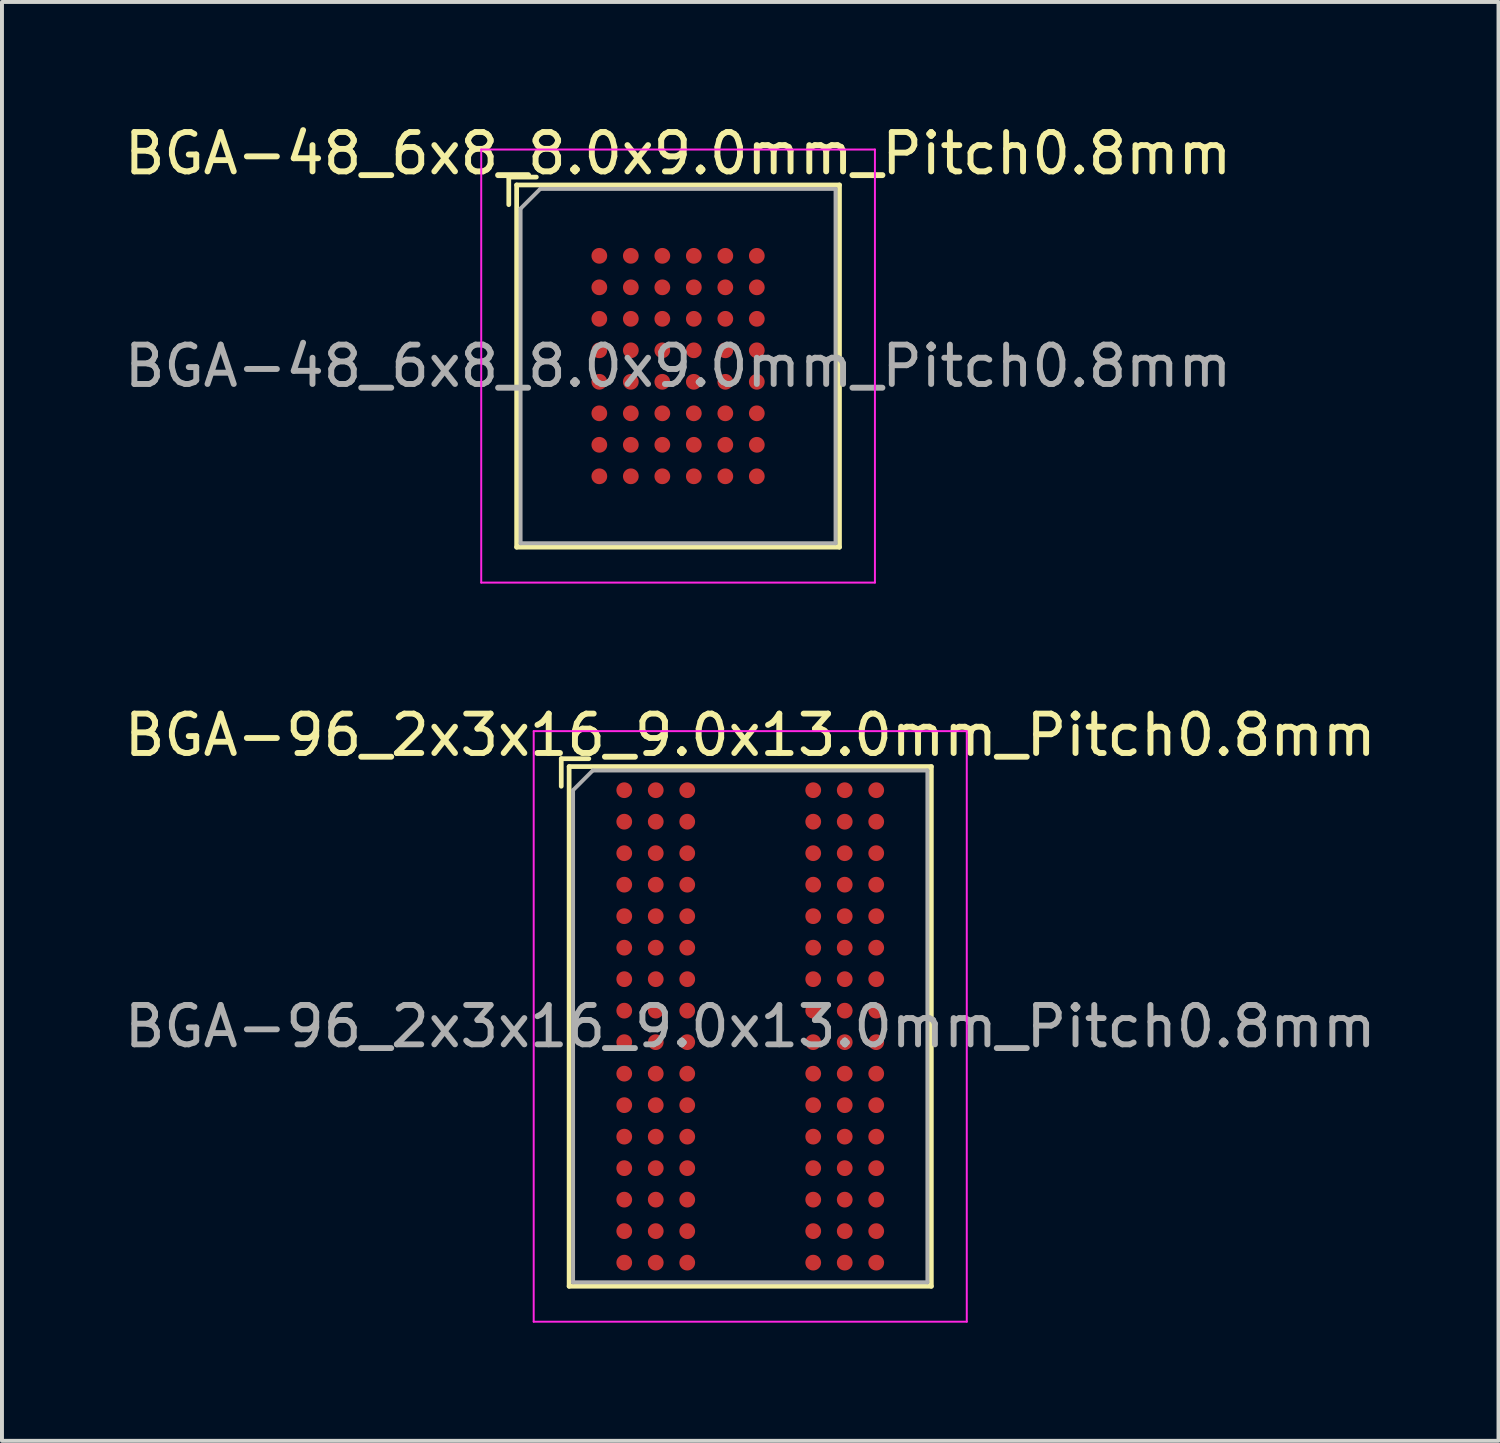
<source format=kicad_pcb>
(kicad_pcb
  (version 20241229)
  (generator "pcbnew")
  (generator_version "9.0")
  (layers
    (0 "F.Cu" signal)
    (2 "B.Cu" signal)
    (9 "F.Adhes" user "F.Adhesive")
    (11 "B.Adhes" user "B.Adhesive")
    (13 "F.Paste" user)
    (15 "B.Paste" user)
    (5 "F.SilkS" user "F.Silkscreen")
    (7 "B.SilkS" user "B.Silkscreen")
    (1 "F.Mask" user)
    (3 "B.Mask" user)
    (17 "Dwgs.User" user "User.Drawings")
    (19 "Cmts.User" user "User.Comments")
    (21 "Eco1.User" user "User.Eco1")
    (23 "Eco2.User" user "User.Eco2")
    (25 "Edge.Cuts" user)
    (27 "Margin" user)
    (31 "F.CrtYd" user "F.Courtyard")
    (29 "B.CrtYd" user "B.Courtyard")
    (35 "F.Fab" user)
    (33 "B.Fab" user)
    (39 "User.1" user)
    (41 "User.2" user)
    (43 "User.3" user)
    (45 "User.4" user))
  (footprint "BGA-48_6x8_8.0x9.0mm_Pitch0.8mm"
    (layer "F.Cu")
    (at 14.173 6.248)
    (property "Reference" "BGA-48_6x8_8.0x9.0mm_Pitch0.8mm" (at 0 -5.4 0) (layer "F.SilkS") (effects (font (size 1 1) (thickness 0.15))))
    (attr smd)
    (fp_line (start -4.3 -4.8) (end -3.6 -4.8) (stroke (width 0.12) (type solid)) (layer "F.SilkS"))
    (fp_line (start -4.3 -4.1) (end -4.3 -4.8) (stroke (width 0.12) (type solid)) (layer "F.SilkS"))
    (fp_line (start -4.1 -4.6) (end 4.1 -4.6) (stroke (width 0.12) (type solid)) (layer "F.SilkS"))
    (fp_line (start -4.1 4.6) (end -4.1 -4.6) (stroke (width 0.12) (type solid)) (layer "F.SilkS"))
    (fp_line (start 4.1 -4.6) (end 4.1 4.6) (stroke (width 0.12) (type solid)) (layer "F.SilkS"))
    (fp_line (start 4.1 4.6) (end -4.1 4.6) (stroke (width 0.12) (type solid)) (layer "F.SilkS"))
    (fp_line (start -5 -5.5) (end -5 5.5) (stroke (width 0.05) (type solid)) (layer "F.CrtYd"))
    (fp_line (start -5 -5.5) (end 5 -5.5) (stroke (width 0.05) (type solid)) (layer "F.CrtYd"))
    (fp_line (start 5 5.5) (end -5 5.5) (stroke (width 0.05) (type solid)) (layer "F.CrtYd"))
    (fp_line (start 5 5.5) (end 5 -5.5) (stroke (width 0.05) (type solid)) (layer "F.CrtYd"))
    (fp_line (start -4 -4) (end -3.5 -4.5) (stroke (width 0.1) (type solid)) (layer "F.Fab"))
    (fp_line (start -4 4.5) (end -4 -4) (stroke (width 0.1) (type solid)) (layer "F.Fab"))
    (fp_line (start -3.5 -4.5) (end 4 -4.5) (stroke (width 0.1) (type solid)) (layer "F.Fab"))
    (fp_line (start 4 -4.5) (end 4 4.5) (stroke (width 0.1) (type solid)) (layer "F.Fab"))
    (fp_line (start 4 4.5) (end -4 4.5) (stroke (width 0.1) (type solid)) (layer "F.Fab"))
    (fp_text user "${REFERENCE}" (at 0 0 0) (layer "F.Fab") (effects (font (size 1 1) (thickness 0.15))))
    (pad "A1" smd circle (at -2 -2.8) (size 0.4 0.4) (layers "F.Cu" "F.Mask" "F.Paste"))
    (pad "A2" smd circle (at -1.2 -2.8) (size 0.4 0.4) (layers "F.Cu" "F.Mask" "F.Paste"))
    (pad "A3" smd circle (at -0.4 -2.8) (size 0.4 0.4) (layers "F.Cu" "F.Mask" "F.Paste"))
    (pad "A4" smd circle (at 0.4 -2.8) (size 0.4 0.4) (layers "F.Cu" "F.Mask" "F.Paste"))
    (pad "A5" smd circle (at 1.2 -2.8) (size 0.4 0.4) (layers "F.Cu" "F.Mask" "F.Paste"))
    (pad "A6" smd circle (at 2 -2.8) (size 0.4 0.4) (layers "F.Cu" "F.Mask" "F.Paste"))
    (pad "B1" smd circle (at -2 -2) (size 0.4 0.4) (layers "F.Cu" "F.Mask" "F.Paste"))
    (pad "B2" smd circle (at -1.2 -2) (size 0.4 0.4) (layers "F.Cu" "F.Mask" "F.Paste"))
    (pad "B3" smd circle (at -0.4 -2) (size 0.4 0.4) (layers "F.Cu" "F.Mask" "F.Paste"))
    (pad "B4" smd circle (at 0.4 -2) (size 0.4 0.4) (layers "F.Cu" "F.Mask" "F.Paste"))
    (pad "B5" smd circle (at 1.2 -2) (size 0.4 0.4) (layers "F.Cu" "F.Mask" "F.Paste"))
    (pad "B6" smd circle (at 2 -2) (size 0.4 0.4) (layers "F.Cu" "F.Mask" "F.Paste"))
    (pad "C1" smd circle (at -2 -1.2) (size 0.4 0.4) (layers "F.Cu" "F.Mask" "F.Paste"))
    (pad "C2" smd circle (at -1.2 -1.2) (size 0.4 0.4) (layers "F.Cu" "F.Mask" "F.Paste"))
    (pad "C3" smd circle (at -0.4 -1.2) (size 0.4 0.4) (layers "F.Cu" "F.Mask" "F.Paste"))
    (pad "C4" smd circle (at 0.4 -1.2) (size 0.4 0.4) (layers "F.Cu" "F.Mask" "F.Paste"))
    (pad "C5" smd circle (at 1.2 -1.2) (size 0.4 0.4) (layers "F.Cu" "F.Mask" "F.Paste"))
    (pad "C6" smd circle (at 2 -1.2) (size 0.4 0.4) (layers "F.Cu" "F.Mask" "F.Paste"))
    (pad "D1" smd circle (at -2 -0.4) (size 0.4 0.4) (layers "F.Cu" "F.Mask" "F.Paste"))
    (pad "D2" smd circle (at -1.2 -0.4) (size 0.4 0.4) (layers "F.Cu" "F.Mask" "F.Paste"))
    (pad "D3" smd circle (at -0.4 -0.4) (size 0.4 0.4) (layers "F.Cu" "F.Mask" "F.Paste"))
    (pad "D4" smd circle (at 0.4 -0.4) (size 0.4 0.4) (layers "F.Cu" "F.Mask" "F.Paste"))
    (pad "D5" smd circle (at 1.2 -0.4) (size 0.4 0.4) (layers "F.Cu" "F.Mask" "F.Paste"))
    (pad "D6" smd circle (at 2 -0.4) (size 0.4 0.4) (layers "F.Cu" "F.Mask" "F.Paste"))
    (pad "E1" smd circle (at -2 0.4) (size 0.4 0.4) (layers "F.Cu" "F.Mask" "F.Paste"))
    (pad "E2" smd circle (at -1.2 0.4) (size 0.4 0.4) (layers "F.Cu" "F.Mask" "F.Paste"))
    (pad "E3" smd circle (at -0.4 0.4) (size 0.4 0.4) (layers "F.Cu" "F.Mask" "F.Paste"))
    (pad "E4" smd circle (at 0.4 0.4) (size 0.4 0.4) (layers "F.Cu" "F.Mask" "F.Paste"))
    (pad "E5" smd circle (at 1.2 0.4) (size 0.4 0.4) (layers "F.Cu" "F.Mask" "F.Paste"))
    (pad "E6" smd circle (at 2 0.4) (size 0.4 0.4) (layers "F.Cu" "F.Mask" "F.Paste"))
    (pad "F1" smd circle (at -2 1.2) (size 0.4 0.4) (layers "F.Cu" "F.Mask" "F.Paste"))
    (pad "F2" smd circle (at -1.2 1.2) (size 0.4 0.4) (layers "F.Cu" "F.Mask" "F.Paste"))
    (pad "F3" smd circle (at -0.4 1.2) (size 0.4 0.4) (layers "F.Cu" "F.Mask" "F.Paste"))
    (pad "F4" smd circle (at 0.4 1.2) (size 0.4 0.4) (layers "F.Cu" "F.Mask" "F.Paste"))
    (pad "F5" smd circle (at 1.2 1.2) (size 0.4 0.4) (layers "F.Cu" "F.Mask" "F.Paste"))
    (pad "F6" smd circle (at 2 1.2) (size 0.4 0.4) (layers "F.Cu" "F.Mask" "F.Paste"))
    (pad "G1" smd circle (at -2 2) (size 0.4 0.4) (layers "F.Cu" "F.Mask" "F.Paste"))
    (pad "G2" smd circle (at -1.2 2) (size 0.4 0.4) (layers "F.Cu" "F.Mask" "F.Paste"))
    (pad "G3" smd circle (at -0.4 2) (size 0.4 0.4) (layers "F.Cu" "F.Mask" "F.Paste"))
    (pad "G4" smd circle (at 0.4 2) (size 0.4 0.4) (layers "F.Cu" "F.Mask" "F.Paste"))
    (pad "G5" smd circle (at 1.2 2) (size 0.4 0.4) (layers "F.Cu" "F.Mask" "F.Paste"))
    (pad "G6" smd circle (at 2 2) (size 0.4 0.4) (layers "F.Cu" "F.Mask" "F.Paste"))
    (pad "H1" smd circle (at -2 2.8) (size 0.4 0.4) (layers "F.Cu" "F.Mask" "F.Paste"))
    (pad "H2" smd circle (at -1.2 2.8) (size 0.4 0.4) (layers "F.Cu" "F.Mask" "F.Paste"))
    (pad "H3" smd circle (at -0.4 2.8) (size 0.4 0.4) (layers "F.Cu" "F.Mask" "F.Paste"))
    (pad "H4" smd circle (at 0.4 2.8) (size 0.4 0.4) (layers "F.Cu" "F.Mask" "F.Paste"))
    (pad "H5" smd circle (at 1.2 2.8) (size 0.4 0.4) (layers "F.Cu" "F.Mask" "F.Paste"))
    (pad "H6" smd circle (at 2 2.8) (size 0.4 0.4) (layers "F.Cu" "F.Mask" "F.Paste")))
  (footprint "BGA-96_2x3x16_9.0x13.0mm_Pitch0.8mm"
    (layer "F.Cu")
    (at 16.006 23.021)
    (property "Reference" "BGA-96_2x3x16_9.0x13.0mm_Pitch0.8mm" (at 0 -7.4 0) (layer "F.SilkS") (effects (font (size 1 1) (thickness 0.15))))
    (attr smd)
    (fp_line (start -4.8 -6.8) (end -4.8 -6.1) (stroke (width 0.12) (type solid)) (layer "F.SilkS"))
    (fp_line (start -4.6 -6.6) (end -4.6 6.6) (stroke (width 0.12) (type solid)) (layer "F.SilkS"))
    (fp_line (start -4.6 6.6) (end 4.6 6.6) (stroke (width 0.12) (type solid)) (layer "F.SilkS"))
    (fp_line (start -4.1 -6.8) (end -4.8 -6.8) (stroke (width 0.12) (type solid)) (layer "F.SilkS"))
    (fp_line (start 4.6 -6.6) (end -4.6 -6.6) (stroke (width 0.12) (type solid)) (layer "F.SilkS"))
    (fp_line (start 4.6 6.6) (end 4.6 -6.6) (stroke (width 0.12) (type solid)) (layer "F.SilkS"))
    (fp_line (start -5.5 -7.5) (end -5.5 7.5) (stroke (width 0.05) (type solid)) (layer "F.CrtYd"))
    (fp_line (start -5.5 -7.5) (end 5.5 -7.5) (stroke (width 0.05) (type solid)) (layer "F.CrtYd"))
    (fp_line (start 5.5 7.5) (end -5.5 7.5) (stroke (width 0.05) (type solid)) (layer "F.CrtYd"))
    (fp_line (start 5.5 7.5) (end 5.5 -7.5) (stroke (width 0.05) (type solid)) (layer "F.CrtYd"))
    (fp_line (start -4.5 -6) (end -4.5 6.5) (stroke (width 0.1) (type solid)) (layer "F.Fab"))
    (fp_line (start -4.5 6.5) (end 4.5 6.5) (stroke (width 0.1) (type solid)) (layer "F.Fab"))
    (fp_line (start -4 -6.5) (end -4.5 -6) (stroke (width 0.1) (type solid)) (layer "F.Fab"))
    (fp_line (start 4.5 -6.5) (end -4 -6.5) (stroke (width 0.1) (type solid)) (layer "F.Fab"))
    (fp_line (start 4.5 6.5) (end 4.5 -6.5) (stroke (width 0.1) (type solid)) (layer "F.Fab"))
    (fp_text user "${REFERENCE}" (at 0 0 0) (layer "F.Fab") (effects (font (size 1 1) (thickness 0.15))))
    (pad "A1" smd circle (at -3.2 -6) (size 0.4 0.4) (layers "F.Cu" "F.Mask" "F.Paste"))
    (pad "A2" smd circle (at -2.4 -6) (size 0.4 0.4) (layers "F.Cu" "F.Mask" "F.Paste"))
    (pad "A3" smd circle (at -1.6 -6) (size 0.4 0.4) (layers "F.Cu" "F.Mask" "F.Paste"))
    (pad "A7" smd circle (at 1.6 -6) (size 0.4 0.4) (layers "F.Cu" "F.Mask" "F.Paste"))
    (pad "A8" smd circle (at 2.4 -6) (size 0.4 0.4) (layers "F.Cu" "F.Mask" "F.Paste"))
    (pad "A9" smd circle (at 3.2 -6) (size 0.4 0.4) (layers "F.Cu" "F.Mask" "F.Paste"))
    (pad "B1" smd circle (at -3.2 -5.2) (size 0.4 0.4) (layers "F.Cu" "F.Mask" "F.Paste"))
    (pad "B2" smd circle (at -2.4 -5.2) (size 0.4 0.4) (layers "F.Cu" "F.Mask" "F.Paste"))
    (pad "B3" smd circle (at -1.6 -5.2) (size 0.4 0.4) (layers "F.Cu" "F.Mask" "F.Paste"))
    (pad "B7" smd circle (at 1.6 -5.2) (size 0.4 0.4) (layers "F.Cu" "F.Mask" "F.Paste"))
    (pad "B8" smd circle (at 2.4 -5.2) (size 0.4 0.4) (layers "F.Cu" "F.Mask" "F.Paste"))
    (pad "B9" smd circle (at 3.2 -5.2) (size 0.4 0.4) (layers "F.Cu" "F.Mask" "F.Paste"))
    (pad "C1" smd circle (at -3.2 -4.4) (size 0.4 0.4) (layers "F.Cu" "F.Mask" "F.Paste"))
    (pad "C2" smd circle (at -2.4 -4.4) (size 0.4 0.4) (layers "F.Cu" "F.Mask" "F.Paste"))
    (pad "C3" smd circle (at -1.6 -4.4) (size 0.4 0.4) (layers "F.Cu" "F.Mask" "F.Paste"))
    (pad "C7" smd circle (at 1.6 -4.4) (size 0.4 0.4) (layers "F.Cu" "F.Mask" "F.Paste"))
    (pad "C8" smd circle (at 2.4 -4.4) (size 0.4 0.4) (layers "F.Cu" "F.Mask" "F.Paste"))
    (pad "C9" smd circle (at 3.2 -4.4) (size 0.4 0.4) (layers "F.Cu" "F.Mask" "F.Paste"))
    (pad "D1" smd circle (at -3.2 -3.6) (size 0.4 0.4) (layers "F.Cu" "F.Mask" "F.Paste"))
    (pad "D2" smd circle (at -2.4 -3.6) (size 0.4 0.4) (layers "F.Cu" "F.Mask" "F.Paste"))
    (pad "D3" smd circle (at -1.6 -3.6) (size 0.4 0.4) (layers "F.Cu" "F.Mask" "F.Paste"))
    (pad "D7" smd circle (at 1.6 -3.6) (size 0.4 0.4) (layers "F.Cu" "F.Mask" "F.Paste"))
    (pad "D8" smd circle (at 2.4 -3.6) (size 0.4 0.4) (layers "F.Cu" "F.Mask" "F.Paste"))
    (pad "D9" smd circle (at 3.2 -3.6) (size 0.4 0.4) (layers "F.Cu" "F.Mask" "F.Paste"))
    (pad "E1" smd circle (at -3.2 -2.8) (size 0.4 0.4) (layers "F.Cu" "F.Mask" "F.Paste"))
    (pad "E2" smd circle (at -2.4 -2.8) (size 0.4 0.4) (layers "F.Cu" "F.Mask" "F.Paste"))
    (pad "E3" smd circle (at -1.6 -2.8) (size 0.4 0.4) (layers "F.Cu" "F.Mask" "F.Paste"))
    (pad "E7" smd circle (at 1.6 -2.8) (size 0.4 0.4) (layers "F.Cu" "F.Mask" "F.Paste"))
    (pad "E8" smd circle (at 2.4 -2.8) (size 0.4 0.4) (layers "F.Cu" "F.Mask" "F.Paste"))
    (pad "E9" smd circle (at 3.2 -2.8) (size 0.4 0.4) (layers "F.Cu" "F.Mask" "F.Paste"))
    (pad "F1" smd circle (at -3.2 -2) (size 0.4 0.4) (layers "F.Cu" "F.Mask" "F.Paste"))
    (pad "F2" smd circle (at -2.4 -2) (size 0.4 0.4) (layers "F.Cu" "F.Mask" "F.Paste"))
    (pad "F3" smd circle (at -1.6 -2) (size 0.4 0.4) (layers "F.Cu" "F.Mask" "F.Paste"))
    (pad "F7" smd circle (at 1.6 -2) (size 0.4 0.4) (layers "F.Cu" "F.Mask" "F.Paste"))
    (pad "F8" smd circle (at 2.4 -2) (size 0.4 0.4) (layers "F.Cu" "F.Mask" "F.Paste"))
    (pad "F9" smd circle (at 3.2 -2) (size 0.4 0.4) (layers "F.Cu" "F.Mask" "F.Paste"))
    (pad "G1" smd circle (at -3.2 -1.2) (size 0.4 0.4) (layers "F.Cu" "F.Mask" "F.Paste"))
    (pad "G2" smd circle (at -2.4 -1.2) (size 0.4 0.4) (layers "F.Cu" "F.Mask" "F.Paste"))
    (pad "G3" smd circle (at -1.6 -1.2) (size 0.4 0.4) (layers "F.Cu" "F.Mask" "F.Paste"))
    (pad "G7" smd circle (at 1.6 -1.2) (size 0.4 0.4) (layers "F.Cu" "F.Mask" "F.Paste"))
    (pad "G8" smd circle (at 2.4 -1.2) (size 0.4 0.4) (layers "F.Cu" "F.Mask" "F.Paste"))
    (pad "G9" smd circle (at 3.2 -1.2) (size 0.4 0.4) (layers "F.Cu" "F.Mask" "F.Paste"))
    (pad "H1" smd circle (at -3.2 -0.4) (size 0.4 0.4) (layers "F.Cu" "F.Mask" "F.Paste"))
    (pad "H2" smd circle (at -2.4 -0.4) (size 0.4 0.4) (layers "F.Cu" "F.Mask" "F.Paste"))
    (pad "H3" smd circle (at -1.6 -0.4) (size 0.4 0.4) (layers "F.Cu" "F.Mask" "F.Paste"))
    (pad "H7" smd circle (at 1.6 -0.4) (size 0.4 0.4) (layers "F.Cu" "F.Mask" "F.Paste"))
    (pad "H8" smd circle (at 2.4 -0.4) (size 0.4 0.4) (layers "F.Cu" "F.Mask" "F.Paste"))
    (pad "H9" smd circle (at 3.2 -0.4) (size 0.4 0.4) (layers "F.Cu" "F.Mask" "F.Paste"))
    (pad "J1" smd circle (at -3.2 0.4) (size 0.4 0.4) (layers "F.Cu" "F.Mask" "F.Paste"))
    (pad "J2" smd circle (at -2.4 0.4) (size 0.4 0.4) (layers "F.Cu" "F.Mask" "F.Paste"))
    (pad "J3" smd circle (at -1.6 0.4) (size 0.4 0.4) (layers "F.Cu" "F.Mask" "F.Paste"))
    (pad "J7" smd circle (at 1.6 0.4) (size 0.4 0.4) (layers "F.Cu" "F.Mask" "F.Paste"))
    (pad "J8" smd circle (at 2.4 0.4) (size 0.4 0.4) (layers "F.Cu" "F.Mask" "F.Paste"))
    (pad "J9" smd circle (at 3.2 0.4) (size 0.4 0.4) (layers "F.Cu" "F.Mask" "F.Paste"))
    (pad "K1" smd circle (at -3.2 1.2) (size 0.4 0.4) (layers "F.Cu" "F.Mask" "F.Paste"))
    (pad "K2" smd circle (at -2.4 1.2) (size 0.4 0.4) (layers "F.Cu" "F.Mask" "F.Paste"))
    (pad "K3" smd circle (at -1.6 1.2) (size 0.4 0.4) (layers "F.Cu" "F.Mask" "F.Paste"))
    (pad "K7" smd circle (at 1.6 1.2) (size 0.4 0.4) (layers "F.Cu" "F.Mask" "F.Paste"))
    (pad "K8" smd circle (at 2.4 1.2) (size 0.4 0.4) (layers "F.Cu" "F.Mask" "F.Paste"))
    (pad "K9" smd circle (at 3.2 1.2) (size 0.4 0.4) (layers "F.Cu" "F.Mask" "F.Paste"))
    (pad "L1" smd circle (at -3.2 2) (size 0.4 0.4) (layers "F.Cu" "F.Mask" "F.Paste"))
    (pad "L2" smd circle (at -2.4 2) (size 0.4 0.4) (layers "F.Cu" "F.Mask" "F.Paste"))
    (pad "L3" smd circle (at -1.6 2) (size 0.4 0.4) (layers "F.Cu" "F.Mask" "F.Paste"))
    (pad "L7" smd circle (at 1.6 2) (size 0.4 0.4) (layers "F.Cu" "F.Mask" "F.Paste"))
    (pad "L8" smd circle (at 2.4 2) (size 0.4 0.4) (layers "F.Cu" "F.Mask" "F.Paste"))
    (pad "L9" smd circle (at 3.2 2) (size 0.4 0.4) (layers "F.Cu" "F.Mask" "F.Paste"))
    (pad "M1" smd circle (at -3.2 2.8) (size 0.4 0.4) (layers "F.Cu" "F.Mask" "F.Paste"))
    (pad "M2" smd circle (at -2.4 2.8) (size 0.4 0.4) (layers "F.Cu" "F.Mask" "F.Paste"))
    (pad "M3" smd circle (at -1.6 2.8) (size 0.4 0.4) (layers "F.Cu" "F.Mask" "F.Paste"))
    (pad "M7" smd circle (at 1.6 2.8) (size 0.4 0.4) (layers "F.Cu" "F.Mask" "F.Paste"))
    (pad "M8" smd circle (at 2.4 2.8) (size 0.4 0.4) (layers "F.Cu" "F.Mask" "F.Paste"))
    (pad "M9" smd circle (at 3.2 2.8) (size 0.4 0.4) (layers "F.Cu" "F.Mask" "F.Paste"))
    (pad "N1" smd circle (at -3.2 3.6) (size 0.4 0.4) (layers "F.Cu" "F.Mask" "F.Paste"))
    (pad "N2" smd circle (at -2.4 3.6) (size 0.4 0.4) (layers "F.Cu" "F.Mask" "F.Paste"))
    (pad "N3" smd circle (at -1.6 3.6) (size 0.4 0.4) (layers "F.Cu" "F.Mask" "F.Paste"))
    (pad "N7" smd circle (at 1.6 3.6) (size 0.4 0.4) (layers "F.Cu" "F.Mask" "F.Paste"))
    (pad "N8" smd circle (at 2.4 3.6) (size 0.4 0.4) (layers "F.Cu" "F.Mask" "F.Paste"))
    (pad "N9" smd circle (at 3.2 3.6) (size 0.4 0.4) (layers "F.Cu" "F.Mask" "F.Paste"))
    (pad "P1" smd circle (at -3.2 4.4) (size 0.4 0.4) (layers "F.Cu" "F.Mask" "F.Paste"))
    (pad "P2" smd circle (at -2.4 4.4) (size 0.4 0.4) (layers "F.Cu" "F.Mask" "F.Paste"))
    (pad "P3" smd circle (at -1.6 4.4) (size 0.4 0.4) (layers "F.Cu" "F.Mask" "F.Paste"))
    (pad "P7" smd circle (at 1.6 4.4) (size 0.4 0.4) (layers "F.Cu" "F.Mask" "F.Paste"))
    (pad "P8" smd circle (at 2.4 4.4) (size 0.4 0.4) (layers "F.Cu" "F.Mask" "F.Paste"))
    (pad "P9" smd circle (at 3.2 4.4) (size 0.4 0.4) (layers "F.Cu" "F.Mask" "F.Paste"))
    (pad "R1" smd circle (at -3.2 5.2) (size 0.4 0.4) (layers "F.Cu" "F.Mask" "F.Paste"))
    (pad "R2" smd circle (at -2.4 5.2) (size 0.4 0.4) (layers "F.Cu" "F.Mask" "F.Paste"))
    (pad "R3" smd circle (at -1.6 5.2) (size 0.4 0.4) (layers "F.Cu" "F.Mask" "F.Paste"))
    (pad "R7" smd circle (at 1.6 5.2) (size 0.4 0.4) (layers "F.Cu" "F.Mask" "F.Paste"))
    (pad "R8" smd circle (at 2.4 5.2) (size 0.4 0.4) (layers "F.Cu" "F.Mask" "F.Paste"))
    (pad "R9" smd circle (at 3.2 5.2) (size 0.4 0.4) (layers "F.Cu" "F.Mask" "F.Paste"))
    (pad "T1" smd circle (at -3.2 6) (size 0.4 0.4) (layers "F.Cu" "F.Mask" "F.Paste"))
    (pad "T2" smd circle (at -2.4 6) (size 0.4 0.4) (layers "F.Cu" "F.Mask" "F.Paste"))
    (pad "T3" smd circle (at -1.6 6) (size 0.4 0.4) (layers "F.Cu" "F.Mask" "F.Paste"))
    (pad "T7" smd circle (at 1.6 6) (size 0.4 0.4) (layers "F.Cu" "F.Mask" "F.Paste"))
    (pad "T8" smd circle (at 2.4 6) (size 0.4 0.4) (layers "F.Cu" "F.Mask" "F.Paste"))
    (pad "T9" smd circle (at 3.2 6) (size 0.4 0.4) (layers "F.Cu" "F.Mask" "F.Paste")))
  (gr_rect
    (start -3 -3)
    (end 35.012 33.547)
    (stroke (width 0.1) (type default))
    (fill no)
    (layer "Edge.Cuts")))
</source>
